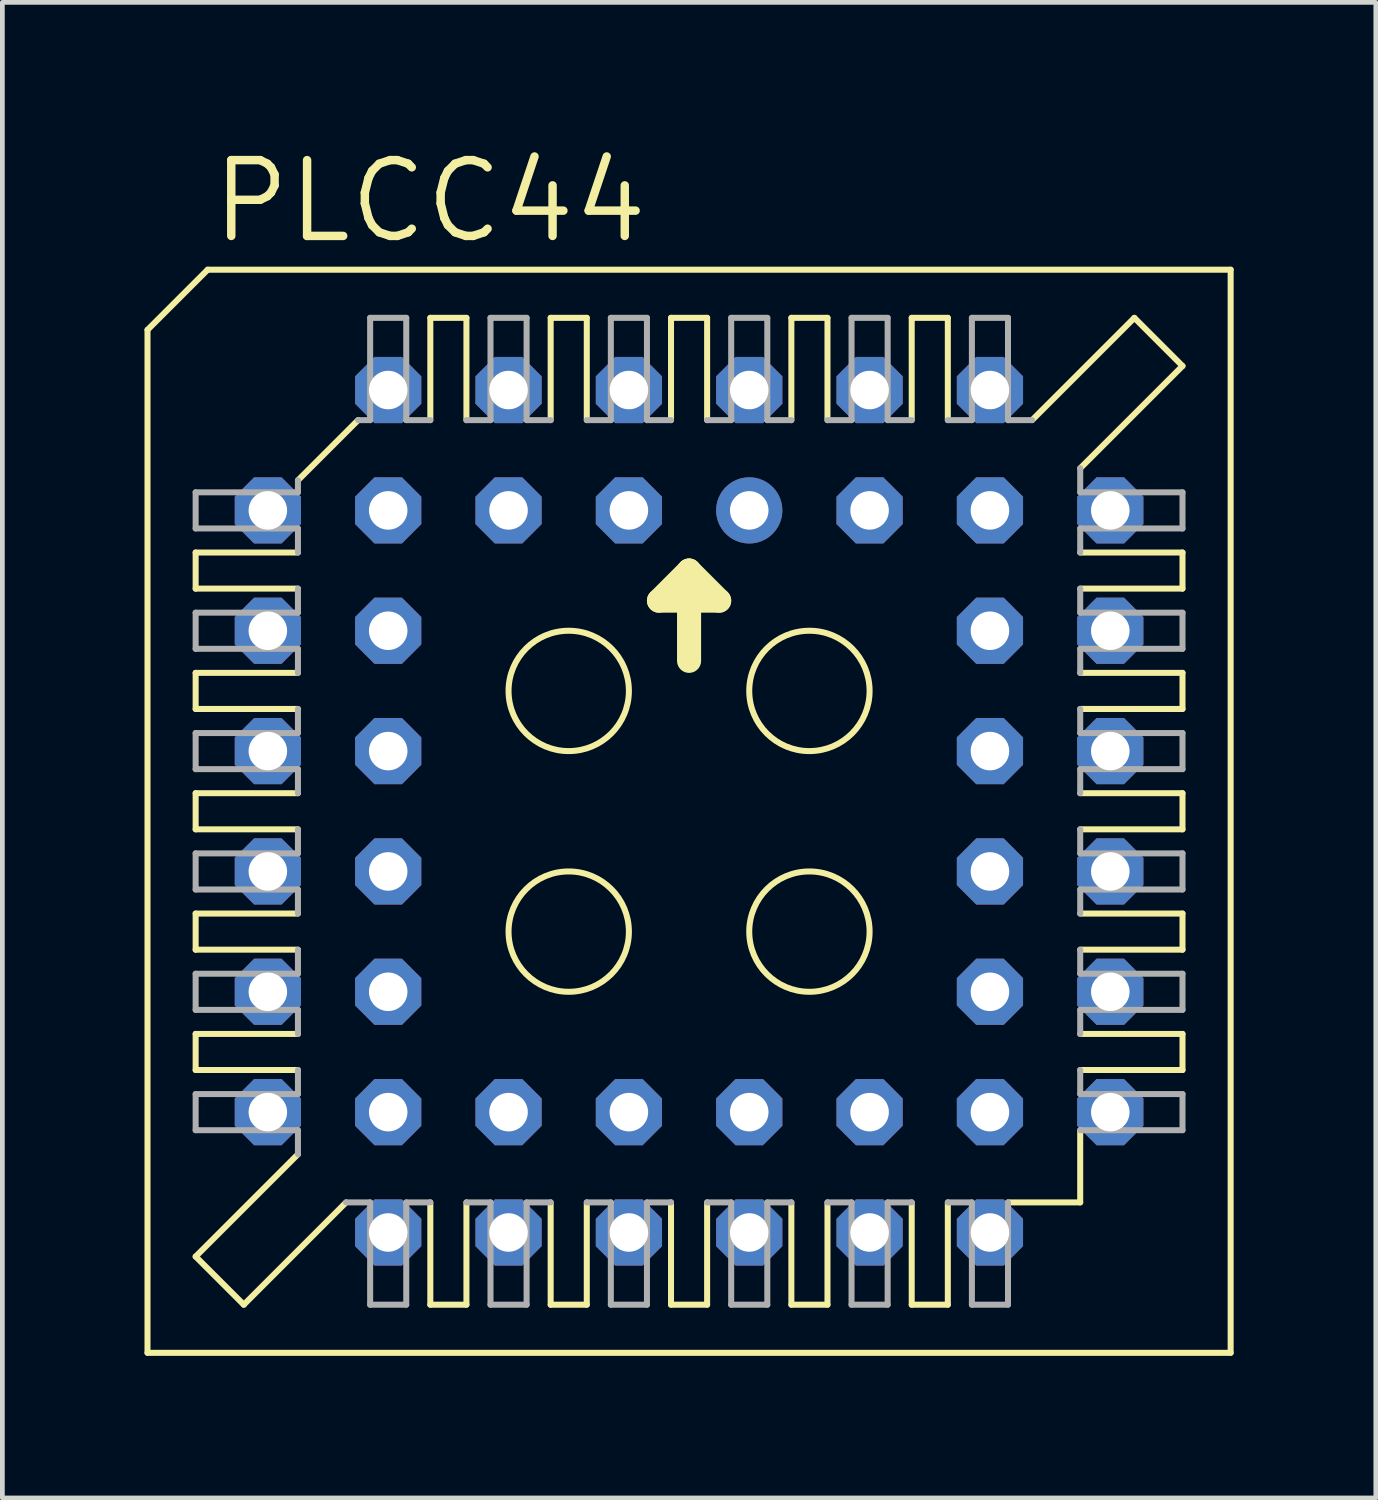
<source format=kicad_pcb>
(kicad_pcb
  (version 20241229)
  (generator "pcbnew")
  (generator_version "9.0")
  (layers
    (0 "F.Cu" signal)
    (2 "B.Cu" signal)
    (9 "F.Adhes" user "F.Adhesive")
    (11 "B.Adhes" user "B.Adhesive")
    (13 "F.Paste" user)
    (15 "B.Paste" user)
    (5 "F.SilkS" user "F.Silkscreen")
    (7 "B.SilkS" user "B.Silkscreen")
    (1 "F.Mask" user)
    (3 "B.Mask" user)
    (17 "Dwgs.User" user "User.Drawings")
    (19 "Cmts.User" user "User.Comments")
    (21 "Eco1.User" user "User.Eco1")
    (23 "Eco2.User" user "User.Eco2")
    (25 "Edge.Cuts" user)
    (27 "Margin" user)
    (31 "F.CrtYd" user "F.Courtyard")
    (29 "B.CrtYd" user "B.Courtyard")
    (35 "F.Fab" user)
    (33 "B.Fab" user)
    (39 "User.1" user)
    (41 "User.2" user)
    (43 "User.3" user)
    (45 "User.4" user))
  (footprint "PLCC44"
    (layer "F.Cu")
    (at 11.493 14.072)
    (property "Reference" "PLCC44" (at -10.16 -11.938 0) (unlocked yes) (layer "F.SilkS") (effects (font (size 1.6 1.6) (thickness 0.178)) (justify left bottom)))
    (fp_line (start -11.43 -10.16) (end -11.43 11.43) (stroke (width 0.127) (type solid)) (layer "F.SilkS"))
    (fp_line (start -10.414 -5.461) (end -10.414 -4.699) (stroke (width 0.127) (type solid)) (layer "F.SilkS"))
    (fp_line (start -10.414 -5.461) (end -8.255 -5.461) (stroke (width 0.127) (type solid)) (layer "F.SilkS"))
    (fp_line (start -10.414 -2.921) (end -10.414 -2.159) (stroke (width 0.127) (type solid)) (layer "F.SilkS"))
    (fp_line (start -10.414 -2.921) (end -8.255 -2.921) (stroke (width 0.127) (type solid)) (layer "F.SilkS"))
    (fp_line (start -10.414 0.381) (end -10.414 -0.381) (stroke (width 0.127) (type solid)) (layer "F.SilkS"))
    (fp_line (start -10.414 0.381) (end -8.255 0.381) (stroke (width 0.127) (type solid)) (layer "F.SilkS"))
    (fp_line (start -10.414 2.921) (end -10.414 2.159) (stroke (width 0.127) (type solid)) (layer "F.SilkS"))
    (fp_line (start -10.414 2.921) (end -8.255 2.921) (stroke (width 0.127) (type solid)) (layer "F.SilkS"))
    (fp_line (start -10.414 5.461) (end -10.414 4.699) (stroke (width 0.127) (type solid)) (layer "F.SilkS"))
    (fp_line (start -10.414 5.461) (end -8.255 5.461) (stroke (width 0.127) (type solid)) (layer "F.SilkS"))
    (fp_line (start -10.414 9.398) (end -8.255 7.239) (stroke (width 0.127) (type solid)) (layer "F.SilkS"))
    (fp_line (start -10.16 -11.43) (end -11.43 -10.16) (stroke (width 0.127) (type solid)) (layer "F.SilkS"))
    (fp_line (start -9.398 10.414) (end -10.414 9.398) (stroke (width 0.127) (type solid)) (layer "F.SilkS"))
    (fp_line (start -9.398 10.414) (end -7.239 8.255) (stroke (width 0.127) (type solid)) (layer "F.SilkS"))
    (fp_line (start -8.255 -6.985) (end -6.985 -8.255) (stroke (width 0.127) (type solid)) (layer "F.SilkS"))
    (fp_line (start -8.255 -4.699) (end -10.414 -4.699) (stroke (width 0.127) (type solid)) (layer "F.SilkS"))
    (fp_line (start -8.255 -2.159) (end -10.414 -2.159) (stroke (width 0.127) (type solid)) (layer "F.SilkS"))
    (fp_line (start -8.255 -0.381) (end -10.414 -0.381) (stroke (width 0.127) (type solid)) (layer "F.SilkS"))
    (fp_line (start -8.255 2.159) (end -10.414 2.159) (stroke (width 0.127) (type solid)) (layer "F.SilkS"))
    (fp_line (start -8.255 4.699) (end -10.414 4.699) (stroke (width 0.127) (type solid)) (layer "F.SilkS"))
    (fp_line (start -5.461 -8.255) (end -5.461 -10.414) (stroke (width 0.127) (type solid)) (layer "F.SilkS"))
    (fp_line (start -5.461 10.414) (end -5.461 8.255) (stroke (width 0.127) (type solid)) (layer "F.SilkS"))
    (fp_line (start -5.461 10.414) (end -4.699 10.414) (stroke (width 0.127) (type solid)) (layer "F.SilkS"))
    (fp_line (start -4.699 -10.414) (end -5.461 -10.414) (stroke (width 0.127) (type solid)) (layer "F.SilkS"))
    (fp_line (start -4.699 -10.414) (end -4.699 -8.255) (stroke (width 0.127) (type solid)) (layer "F.SilkS"))
    (fp_line (start -4.699 8.255) (end -4.699 10.414) (stroke (width 0.127) (type solid)) (layer "F.SilkS"))
    (fp_line (start -2.921 -8.255) (end -2.921 -10.414) (stroke (width 0.127) (type solid)) (layer "F.SilkS"))
    (fp_line (start -2.921 10.414) (end -2.921 8.255) (stroke (width 0.127) (type solid)) (layer "F.SilkS"))
    (fp_line (start -2.921 10.414) (end -2.159 10.414) (stroke (width 0.127) (type solid)) (layer "F.SilkS"))
    (fp_line (start -2.159 -10.414) (end -2.921 -10.414) (stroke (width 0.127) (type solid)) (layer "F.SilkS"))
    (fp_line (start -2.159 -10.414) (end -2.159 -8.255) (stroke (width 0.127) (type solid)) (layer "F.SilkS"))
    (fp_line (start -2.159 8.255) (end -2.159 10.414) (stroke (width 0.127) (type solid)) (layer "F.SilkS"))
    (fp_line (start -0.635 -4.445) (end 0 -5.08) (stroke (width 0.508) (type solid)) (layer "F.SilkS"))
    (fp_line (start -0.381 -8.255) (end -0.381 -10.414) (stroke (width 0.127) (type solid)) (layer "F.SilkS"))
    (fp_line (start -0.381 10.414) (end -0.381 8.255) (stroke (width 0.127) (type solid)) (layer "F.SilkS"))
    (fp_line (start -0.381 10.414) (end 0.381 10.414) (stroke (width 0.127) (type solid)) (layer "F.SilkS"))
    (fp_line (start 0 -5.08) (end 0 -3.175) (stroke (width 0.508) (type solid)) (layer "F.SilkS"))
    (fp_line (start 0 -5.08) (end 0.635 -4.445) (stroke (width 0.508) (type solid)) (layer "F.SilkS"))
    (fp_line (start 0.381 -10.414) (end -0.381 -10.414) (stroke (width 0.127) (type solid)) (layer "F.SilkS"))
    (fp_line (start 0.381 -10.414) (end 0.381 -8.255) (stroke (width 0.127) (type solid)) (layer "F.SilkS"))
    (fp_line (start 0.381 8.255) (end 0.381 10.414) (stroke (width 0.127) (type solid)) (layer "F.SilkS"))
    (fp_line (start 0.635 -4.445) (end -0.635 -4.445) (stroke (width 0.508) (type solid)) (layer "F.SilkS"))
    (fp_line (start 2.159 -8.255) (end 2.159 -10.414) (stroke (width 0.127) (type solid)) (layer "F.SilkS"))
    (fp_line (start 2.159 10.414) (end 2.159 8.255) (stroke (width 0.127) (type solid)) (layer "F.SilkS"))
    (fp_line (start 2.159 10.414) (end 2.921 10.414) (stroke (width 0.127) (type solid)) (layer "F.SilkS"))
    (fp_line (start 2.921 -10.414) (end 2.159 -10.414) (stroke (width 0.127) (type solid)) (layer "F.SilkS"))
    (fp_line (start 2.921 -10.414) (end 2.921 -8.255) (stroke (width 0.127) (type solid)) (layer "F.SilkS"))
    (fp_line (start 2.921 8.255) (end 2.921 10.414) (stroke (width 0.127) (type solid)) (layer "F.SilkS"))
    (fp_line (start 4.699 -8.255) (end 4.699 -10.414) (stroke (width 0.127) (type solid)) (layer "F.SilkS"))
    (fp_line (start 4.699 10.414) (end 4.699 8.255) (stroke (width 0.127) (type solid)) (layer "F.SilkS"))
    (fp_line (start 4.699 10.414) (end 5.461 10.414) (stroke (width 0.127) (type solid)) (layer "F.SilkS"))
    (fp_line (start 5.461 -10.414) (end 4.699 -10.414) (stroke (width 0.127) (type solid)) (layer "F.SilkS"))
    (fp_line (start 5.461 -10.414) (end 5.461 -8.255) (stroke (width 0.127) (type solid)) (layer "F.SilkS"))
    (fp_line (start 5.461 8.255) (end 5.461 10.414) (stroke (width 0.127) (type solid)) (layer "F.SilkS"))
    (fp_line (start 6.731 8.255) (end 8.255 8.255) (stroke (width 0.127) (type solid)) (layer "F.SilkS"))
    (fp_line (start 8.255 -4.699) (end 10.414 -4.699) (stroke (width 0.127) (type solid)) (layer "F.SilkS"))
    (fp_line (start 8.255 -2.159) (end 10.414 -2.159) (stroke (width 0.127) (type solid)) (layer "F.SilkS"))
    (fp_line (start 8.255 0.381) (end 10.414 0.381) (stroke (width 0.127) (type solid)) (layer "F.SilkS"))
    (fp_line (start 8.255 2.159) (end 10.414 2.159) (stroke (width 0.127) (type solid)) (layer "F.SilkS"))
    (fp_line (start 8.255 4.699) (end 10.414 4.699) (stroke (width 0.127) (type solid)) (layer "F.SilkS"))
    (fp_line (start 8.255 8.255) (end 8.255 6.731) (stroke (width 0.127) (type solid)) (layer "F.SilkS"))
    (fp_line (start 9.398 -10.414) (end 7.239 -8.255) (stroke (width 0.127) (type solid)) (layer "F.SilkS"))
    (fp_line (start 10.414 -9.398) (end 8.255 -7.239) (stroke (width 0.127) (type solid)) (layer "F.SilkS"))
    (fp_line (start 10.414 -9.398) (end 9.398 -10.414) (stroke (width 0.127) (type solid)) (layer "F.SilkS"))
    (fp_line (start 10.414 -5.461) (end 8.255 -5.461) (stroke (width 0.127) (type solid)) (layer "F.SilkS"))
    (fp_line (start 10.414 -5.461) (end 10.414 -4.699) (stroke (width 0.127) (type solid)) (layer "F.SilkS"))
    (fp_line (start 10.414 -2.921) (end 8.255 -2.921) (stroke (width 0.127) (type solid)) (layer "F.SilkS"))
    (fp_line (start 10.414 -2.921) (end 10.414 -2.159) (stroke (width 0.127) (type solid)) (layer "F.SilkS"))
    (fp_line (start 10.414 -0.381) (end 8.255 -0.381) (stroke (width 0.127) (type solid)) (layer "F.SilkS"))
    (fp_line (start 10.414 -0.381) (end 10.414 0.381) (stroke (width 0.127) (type solid)) (layer "F.SilkS"))
    (fp_line (start 10.414 2.921) (end 8.255 2.921) (stroke (width 0.127) (type solid)) (layer "F.SilkS"))
    (fp_line (start 10.414 2.921) (end 10.414 2.159) (stroke (width 0.127) (type solid)) (layer "F.SilkS"))
    (fp_line (start 10.414 5.461) (end 8.255 5.461) (stroke (width 0.127) (type solid)) (layer "F.SilkS"))
    (fp_line (start 10.414 5.461) (end 10.414 4.699) (stroke (width 0.127) (type solid)) (layer "F.SilkS"))
    (fp_line (start 11.43 -11.43) (end -10.16 -11.43) (stroke (width 0.127) (type solid)) (layer "F.SilkS"))
    (fp_line (start 11.43 11.43) (end -11.43 11.43) (stroke (width 0.127) (type solid)) (layer "F.SilkS"))
    (fp_line (start 11.43 11.43) (end 11.43 -11.43) (stroke (width 0.127) (type solid)) (layer "F.SilkS"))
    (fp_circle (center -2.54 -2.54) (end -1.27 -2.54) (stroke (width 0.127) (type solid)) (fill no) (layer "F.SilkS"))
    (fp_circle (center -2.54 2.54) (end -1.27 2.54) (stroke (width 0.127) (type solid)) (fill no) (layer "F.SilkS"))
    (fp_circle (center 2.54 -2.54) (end 3.81 -2.54) (stroke (width 0.127) (type solid)) (fill no) (layer "F.SilkS"))
    (fp_circle (center 2.54 2.54) (end 3.81 2.54) (stroke (width 0.127) (type solid)) (fill no) (layer "F.SilkS"))
    (fp_line (start -10.414 -6.731) (end -10.414 -5.969) (stroke (width 0.127) (type solid)) (layer "F.Fab"))
    (fp_line (start -10.414 -6.731) (end -8.255 -6.731) (stroke (width 0.127) (type solid)) (layer "F.Fab"))
    (fp_line (start -10.414 -4.191) (end -10.414 -3.429) (stroke (width 0.127) (type solid)) (layer "F.Fab"))
    (fp_line (start -10.414 -4.191) (end -8.255 -4.191) (stroke (width 0.127) (type solid)) (layer "F.Fab"))
    (fp_line (start -10.414 -0.889) (end -10.414 -1.651) (stroke (width 0.127) (type solid)) (layer "F.Fab"))
    (fp_line (start -10.414 -0.889) (end -8.255 -0.889) (stroke (width 0.127) (type solid)) (layer "F.Fab"))
    (fp_line (start -10.414 1.651) (end -10.414 0.889) (stroke (width 0.127) (type solid)) (layer "F.Fab"))
    (fp_line (start -10.414 1.651) (end -8.255 1.651) (stroke (width 0.127) (type solid)) (layer "F.Fab"))
    (fp_line (start -10.414 4.191) (end -10.414 3.429) (stroke (width 0.127) (type solid)) (layer "F.Fab"))
    (fp_line (start -10.414 4.191) (end -8.255 4.191) (stroke (width 0.127) (type solid)) (layer "F.Fab"))
    (fp_line (start -10.414 6.731) (end -10.414 5.969) (stroke (width 0.127) (type solid)) (layer "F.Fab"))
    (fp_line (start -10.414 6.731) (end -8.255 6.731) (stroke (width 0.127) (type solid)) (layer "F.Fab"))
    (fp_line (start -8.255 -6.731) (end -8.255 -6.985) (stroke (width 0.127) (type solid)) (layer "F.Fab"))
    (fp_line (start -8.255 -5.969) (end -10.414 -5.969) (stroke (width 0.127) (type solid)) (layer "F.Fab"))
    (fp_line (start -8.255 -5.969) (end -8.255 -5.461) (stroke (width 0.127) (type solid)) (layer "F.Fab"))
    (fp_line (start -8.255 -4.699) (end -8.255 -4.191) (stroke (width 0.127) (type solid)) (layer "F.Fab"))
    (fp_line (start -8.255 -3.429) (end -10.414 -3.429) (stroke (width 0.127) (type solid)) (layer "F.Fab"))
    (fp_line (start -8.255 -3.429) (end -8.255 -2.921) (stroke (width 0.127) (type solid)) (layer "F.Fab"))
    (fp_line (start -8.255 -2.159) (end -8.255 -1.651) (stroke (width 0.127) (type solid)) (layer "F.Fab"))
    (fp_line (start -8.255 -1.651) (end -10.414 -1.651) (stroke (width 0.127) (type solid)) (layer "F.Fab"))
    (fp_line (start -8.255 -0.381) (end -8.255 -0.889) (stroke (width 0.127) (type solid)) (layer "F.Fab"))
    (fp_line (start -8.255 0.889) (end -10.414 0.889) (stroke (width 0.127) (type solid)) (layer "F.Fab"))
    (fp_line (start -8.255 0.889) (end -8.255 0.381) (stroke (width 0.127) (type solid)) (layer "F.Fab"))
    (fp_line (start -8.255 2.159) (end -8.255 1.651) (stroke (width 0.127) (type solid)) (layer "F.Fab"))
    (fp_line (start -8.255 3.429) (end -10.414 3.429) (stroke (width 0.127) (type solid)) (layer "F.Fab"))
    (fp_line (start -8.255 3.429) (end -8.255 2.921) (stroke (width 0.127) (type solid)) (layer "F.Fab"))
    (fp_line (start -8.255 4.699) (end -8.255 4.191) (stroke (width 0.127) (type solid)) (layer "F.Fab"))
    (fp_line (start -8.255 5.969) (end -10.414 5.969) (stroke (width 0.127) (type solid)) (layer "F.Fab"))
    (fp_line (start -8.255 5.969) (end -8.255 5.461) (stroke (width 0.127) (type solid)) (layer "F.Fab"))
    (fp_line (start -8.255 7.239) (end -8.255 6.731) (stroke (width 0.127) (type solid)) (layer "F.Fab"))
    (fp_line (start -7.239 8.255) (end -6.731 8.255) (stroke (width 0.127) (type solid)) (layer "F.Fab"))
    (fp_line (start -6.985 -8.255) (end -6.731 -8.255) (stroke (width 0.127) (type solid)) (layer "F.Fab"))
    (fp_line (start -6.731 -8.255) (end -6.731 -10.414) (stroke (width 0.127) (type solid)) (layer "F.Fab"))
    (fp_line (start -6.731 10.414) (end -6.731 8.255) (stroke (width 0.127) (type solid)) (layer "F.Fab"))
    (fp_line (start -6.731 10.414) (end -5.969 10.414) (stroke (width 0.127) (type solid)) (layer "F.Fab"))
    (fp_line (start -5.969 -10.414) (end -6.731 -10.414) (stroke (width 0.127) (type solid)) (layer "F.Fab"))
    (fp_line (start -5.969 -10.414) (end -5.969 -8.255) (stroke (width 0.127) (type solid)) (layer "F.Fab"))
    (fp_line (start -5.969 8.255) (end -5.969 10.414) (stroke (width 0.127) (type solid)) (layer "F.Fab"))
    (fp_line (start -5.969 8.255) (end -5.461 8.255) (stroke (width 0.127) (type solid)) (layer "F.Fab"))
    (fp_line (start -5.461 -8.255) (end -5.969 -8.255) (stroke (width 0.127) (type solid)) (layer "F.Fab"))
    (fp_line (start -4.699 8.255) (end -4.191 8.255) (stroke (width 0.127) (type solid)) (layer "F.Fab"))
    (fp_line (start -4.191 -8.255) (end -4.699 -8.255) (stroke (width 0.127) (type solid)) (layer "F.Fab"))
    (fp_line (start -4.191 -8.255) (end -4.191 -10.414) (stroke (width 0.127) (type solid)) (layer "F.Fab"))
    (fp_line (start -4.191 10.414) (end -4.191 8.255) (stroke (width 0.127) (type solid)) (layer "F.Fab"))
    (fp_line (start -4.191 10.414) (end -3.429 10.414) (stroke (width 0.127) (type solid)) (layer "F.Fab"))
    (fp_line (start -3.429 -10.414) (end -4.191 -10.414) (stroke (width 0.127) (type solid)) (layer "F.Fab"))
    (fp_line (start -3.429 -10.414) (end -3.429 -8.255) (stroke (width 0.127) (type solid)) (layer "F.Fab"))
    (fp_line (start -3.429 8.255) (end -3.429 10.414) (stroke (width 0.127) (type solid)) (layer "F.Fab"))
    (fp_line (start -3.429 8.255) (end -2.921 8.255) (stroke (width 0.127) (type solid)) (layer "F.Fab"))
    (fp_line (start -2.921 -8.255) (end -3.429 -8.255) (stroke (width 0.127) (type solid)) (layer "F.Fab"))
    (fp_line (start -2.159 8.255) (end -1.651 8.255) (stroke (width 0.127) (type solid)) (layer "F.Fab"))
    (fp_line (start -1.651 -8.255) (end -2.159 -8.255) (stroke (width 0.127) (type solid)) (layer "F.Fab"))
    (fp_line (start -1.651 -8.255) (end -1.651 -10.414) (stroke (width 0.127) (type solid)) (layer "F.Fab"))
    (fp_line (start -1.651 10.414) (end -1.651 8.255) (stroke (width 0.127) (type solid)) (layer "F.Fab"))
    (fp_line (start -1.651 10.414) (end -0.889 10.414) (stroke (width 0.127) (type solid)) (layer "F.Fab"))
    (fp_line (start -0.889 -10.414) (end -1.651 -10.414) (stroke (width 0.127) (type solid)) (layer "F.Fab"))
    (fp_line (start -0.889 -10.414) (end -0.889 -8.255) (stroke (width 0.127) (type solid)) (layer "F.Fab"))
    (fp_line (start -0.889 8.255) (end -0.889 10.414) (stroke (width 0.127) (type solid)) (layer "F.Fab"))
    (fp_line (start -0.889 8.255) (end -0.381 8.255) (stroke (width 0.127) (type solid)) (layer "F.Fab"))
    (fp_line (start -0.381 -8.255) (end -0.889 -8.255) (stroke (width 0.127) (type solid)) (layer "F.Fab"))
    (fp_line (start 0.381 8.255) (end 0.889 8.255) (stroke (width 0.127) (type solid)) (layer "F.Fab"))
    (fp_line (start 0.889 -8.255) (end 0.381 -8.255) (stroke (width 0.127) (type solid)) (layer "F.Fab"))
    (fp_line (start 0.889 -8.255) (end 0.889 -10.414) (stroke (width 0.127) (type solid)) (layer "F.Fab"))
    (fp_line (start 0.889 10.414) (end 0.889 8.255) (stroke (width 0.127) (type solid)) (layer "F.Fab"))
    (fp_line (start 0.889 10.414) (end 1.651 10.414) (stroke (width 0.127) (type solid)) (layer "F.Fab"))
    (fp_line (start 1.651 -10.414) (end 0.889 -10.414) (stroke (width 0.127) (type solid)) (layer "F.Fab"))
    (fp_line (start 1.651 -10.414) (end 1.651 -8.255) (stroke (width 0.127) (type solid)) (layer "F.Fab"))
    (fp_line (start 1.651 8.255) (end 1.651 10.414) (stroke (width 0.127) (type solid)) (layer "F.Fab"))
    (fp_line (start 1.651 8.255) (end 2.159 8.255) (stroke (width 0.127) (type solid)) (layer "F.Fab"))
    (fp_line (start 2.159 -8.255) (end 1.651 -8.255) (stroke (width 0.127) (type solid)) (layer "F.Fab"))
    (fp_line (start 2.921 8.255) (end 3.429 8.255) (stroke (width 0.127) (type solid)) (layer "F.Fab"))
    (fp_line (start 3.429 -8.255) (end 2.921 -8.255) (stroke (width 0.127) (type solid)) (layer "F.Fab"))
    (fp_line (start 3.429 -8.255) (end 3.429 -10.414) (stroke (width 0.127) (type solid)) (layer "F.Fab"))
    (fp_line (start 3.429 10.414) (end 3.429 8.255) (stroke (width 0.127) (type solid)) (layer "F.Fab"))
    (fp_line (start 3.429 10.414) (end 4.191 10.414) (stroke (width 0.127) (type solid)) (layer "F.Fab"))
    (fp_line (start 4.191 -10.414) (end 3.429 -10.414) (stroke (width 0.127) (type solid)) (layer "F.Fab"))
    (fp_line (start 4.191 -10.414) (end 4.191 -8.255) (stroke (width 0.127) (type solid)) (layer "F.Fab"))
    (fp_line (start 4.191 8.255) (end 4.191 10.414) (stroke (width 0.127) (type solid)) (layer "F.Fab"))
    (fp_line (start 4.191 8.255) (end 4.699 8.255) (stroke (width 0.127) (type solid)) (layer "F.Fab"))
    (fp_line (start 4.699 -8.255) (end 4.191 -8.255) (stroke (width 0.127) (type solid)) (layer "F.Fab"))
    (fp_line (start 5.461 8.255) (end 5.969 8.255) (stroke (width 0.127) (type solid)) (layer "F.Fab"))
    (fp_line (start 5.969 -8.255) (end 5.461 -8.255) (stroke (width 0.127) (type solid)) (layer "F.Fab"))
    (fp_line (start 5.969 -8.255) (end 5.969 -10.414) (stroke (width 0.127) (type solid)) (layer "F.Fab"))
    (fp_line (start 5.969 10.414) (end 5.969 8.255) (stroke (width 0.127) (type solid)) (layer "F.Fab"))
    (fp_line (start 5.969 10.414) (end 6.731 10.414) (stroke (width 0.127) (type solid)) (layer "F.Fab"))
    (fp_line (start 6.731 -10.414) (end 5.969 -10.414) (stroke (width 0.127) (type solid)) (layer "F.Fab"))
    (fp_line (start 6.731 -10.414) (end 6.731 -8.255) (stroke (width 0.127) (type solid)) (layer "F.Fab"))
    (fp_line (start 6.731 8.255) (end 6.731 10.414) (stroke (width 0.127) (type solid)) (layer "F.Fab"))
    (fp_line (start 7.239 -8.255) (end 6.731 -8.255) (stroke (width 0.127) (type solid)) (layer "F.Fab"))
    (fp_line (start 8.255 -7.239) (end 8.255 -6.731) (stroke (width 0.127) (type solid)) (layer "F.Fab"))
    (fp_line (start 8.255 -5.969) (end 8.255 -5.461) (stroke (width 0.127) (type solid)) (layer "F.Fab"))
    (fp_line (start 8.255 -5.969) (end 10.414 -5.969) (stroke (width 0.127) (type solid)) (layer "F.Fab"))
    (fp_line (start 8.255 -4.699) (end 8.255 -4.191) (stroke (width 0.127) (type solid)) (layer "F.Fab"))
    (fp_line (start 8.255 -3.429) (end 8.255 -2.921) (stroke (width 0.127) (type solid)) (layer "F.Fab"))
    (fp_line (start 8.255 -3.429) (end 10.414 -3.429) (stroke (width 0.127) (type solid)) (layer "F.Fab"))
    (fp_line (start 8.255 -2.159) (end 8.255 -1.651) (stroke (width 0.127) (type solid)) (layer "F.Fab"))
    (fp_line (start 8.255 -0.889) (end 8.255 -0.381) (stroke (width 0.127) (type solid)) (layer "F.Fab"))
    (fp_line (start 8.255 -0.889) (end 10.414 -0.889) (stroke (width 0.127) (type solid)) (layer "F.Fab"))
    (fp_line (start 8.255 0.381) (end 8.255 0.889) (stroke (width 0.127) (type solid)) (layer "F.Fab"))
    (fp_line (start 8.255 1.651) (end 8.255 2.159) (stroke (width 0.127) (type solid)) (layer "F.Fab"))
    (fp_line (start 8.255 1.651) (end 10.414 1.651) (stroke (width 0.127) (type solid)) (layer "F.Fab"))
    (fp_line (start 8.255 3.429) (end 8.255 2.921) (stroke (width 0.127) (type solid)) (layer "F.Fab"))
    (fp_line (start 8.255 3.429) (end 10.414 3.429) (stroke (width 0.127) (type solid)) (layer "F.Fab"))
    (fp_line (start 8.255 4.699) (end 8.255 4.191) (stroke (width 0.127) (type solid)) (layer "F.Fab"))
    (fp_line (start 8.255 5.969) (end 8.255 5.461) (stroke (width 0.127) (type solid)) (layer "F.Fab"))
    (fp_line (start 8.255 5.969) (end 10.414 5.969) (stroke (width 0.127) (type solid)) (layer "F.Fab"))
    (fp_line (start 10.414 -6.731) (end 8.255 -6.731) (stroke (width 0.127) (type solid)) (layer "F.Fab"))
    (fp_line (start 10.414 -6.731) (end 10.414 -5.969) (stroke (width 0.127) (type solid)) (layer "F.Fab"))
    (fp_line (start 10.414 -4.191) (end 8.255 -4.191) (stroke (width 0.127) (type solid)) (layer "F.Fab"))
    (fp_line (start 10.414 -4.191) (end 10.414 -3.429) (stroke (width 0.127) (type solid)) (layer "F.Fab"))
    (fp_line (start 10.414 -1.651) (end 8.255 -1.651) (stroke (width 0.127) (type solid)) (layer "F.Fab"))
    (fp_line (start 10.414 -1.651) (end 10.414 -0.889) (stroke (width 0.127) (type solid)) (layer "F.Fab"))
    (fp_line (start 10.414 0.889) (end 8.255 0.889) (stroke (width 0.127) (type solid)) (layer "F.Fab"))
    (fp_line (start 10.414 0.889) (end 10.414 1.651) (stroke (width 0.127) (type solid)) (layer "F.Fab"))
    (fp_line (start 10.414 4.191) (end 8.255 4.191) (stroke (width 0.127) (type solid)) (layer "F.Fab"))
    (fp_line (start 10.414 4.191) (end 10.414 3.429) (stroke (width 0.127) (type solid)) (layer "F.Fab"))
    (fp_line (start 10.414 6.731) (end 8.255 6.731) (stroke (width 0.127) (type solid)) (layer "F.Fab"))
    (fp_line (start 10.414 6.731) (end 10.414 5.969) (stroke (width 0.127) (type solid)) (layer "F.Fab"))
    (pad "1" thru_hole circle (at 1.27 -6.35) (size 1.397 1.397) (drill 0.813) (layers "*.Cu" "*.Mask"))
    (pad "2" thru_hole roundrect (at -1.27 -8.89) (size 1.397 1.397) (drill 0.813) (layers "*.Cu" "*.Mask") (roundrect_rratio 0.25) (chamfer_ratio 0.293) (chamfer top_left top_right bottom_left bottom_right))
    (pad "3" thru_hole roundrect (at -1.27 -6.35) (size 1.397 1.397) (drill 0.813) (layers "*.Cu" "*.Mask") (roundrect_rratio 0.25) (chamfer_ratio 0.293) (chamfer top_left top_right bottom_left bottom_right))
    (pad "4" thru_hole roundrect (at -3.81 -8.89) (size 1.397 1.397) (drill 0.813) (layers "*.Cu" "*.Mask") (roundrect_rratio 0.25) (chamfer_ratio 0.293) (chamfer top_left top_right bottom_left bottom_right))
    (pad "5" thru_hole roundrect (at -3.81 -6.35) (size 1.397 1.397) (drill 0.813) (layers "*.Cu" "*.Mask") (roundrect_rratio 0.25) (chamfer_ratio 0.293) (chamfer top_left top_right bottom_left bottom_right))
    (pad "6" thru_hole roundrect (at -6.35 -8.89) (size 1.397 1.397) (drill 0.813) (layers "*.Cu" "*.Mask") (roundrect_rratio 0.25) (chamfer_ratio 0.293) (chamfer top_left top_right bottom_left bottom_right))
    (pad "7" thru_hole roundrect (at -8.89 -6.35) (size 1.397 1.397) (drill 0.813) (layers "*.Cu" "*.Mask") (roundrect_rratio 0.25) (chamfer_ratio 0.293) (chamfer top_left top_right bottom_left bottom_right))
    (pad "8" thru_hole roundrect (at -6.35 -6.35) (size 1.397 1.397) (drill 0.813) (layers "*.Cu" "*.Mask") (roundrect_rratio 0.25) (chamfer_ratio 0.293) (chamfer top_left top_right bottom_left bottom_right))
    (pad "9" thru_hole roundrect (at -8.89 -3.81) (size 1.397 1.397) (drill 0.813) (layers "*.Cu" "*.Mask") (roundrect_rratio 0.25) (chamfer_ratio 0.293) (chamfer top_left top_right bottom_left bottom_right))
    (pad "10" thru_hole roundrect (at -6.35 -3.81) (size 1.397 1.397) (drill 0.813) (layers "*.Cu" "*.Mask") (roundrect_rratio 0.25) (chamfer_ratio 0.293) (chamfer top_left top_right bottom_left bottom_right))
    (pad "11" thru_hole roundrect (at -8.89 -1.27) (size 1.397 1.397) (drill 0.813) (layers "*.Cu" "*.Mask") (roundrect_rratio 0.25) (chamfer_ratio 0.293) (chamfer top_left top_right bottom_left bottom_right))
    (pad "12" thru_hole roundrect (at -6.35 -1.27) (size 1.397 1.397) (drill 0.813) (layers "*.Cu" "*.Mask") (roundrect_rratio 0.25) (chamfer_ratio 0.293) (chamfer top_left top_right bottom_left bottom_right))
    (pad "13" thru_hole roundrect (at -8.89 1.27) (size 1.397 1.397) (drill 0.813) (layers "*.Cu" "*.Mask") (roundrect_rratio 0.25) (chamfer_ratio 0.293) (chamfer top_left top_right bottom_left bottom_right))
    (pad "14" thru_hole roundrect (at -6.35 1.27) (size 1.397 1.397) (drill 0.813) (layers "*.Cu" "*.Mask") (roundrect_rratio 0.25) (chamfer_ratio 0.293) (chamfer top_left top_right bottom_left bottom_right))
    (pad "15" thru_hole roundrect (at -8.89 3.81) (size 1.397 1.397) (drill 0.813) (layers "*.Cu" "*.Mask") (roundrect_rratio 0.25) (chamfer_ratio 0.293) (chamfer top_left top_right bottom_left bottom_right))
    (pad "16" thru_hole roundrect (at -6.35 3.81) (size 1.397 1.397) (drill 0.813) (layers "*.Cu" "*.Mask") (roundrect_rratio 0.25) (chamfer_ratio 0.293) (chamfer top_left top_right bottom_left bottom_right))
    (pad "17" thru_hole roundrect (at -8.89 6.35) (size 1.397 1.397) (drill 0.813) (layers "*.Cu" "*.Mask") (roundrect_rratio 0.25) (chamfer_ratio 0.293) (chamfer top_left top_right bottom_left bottom_right))
    (pad "18" thru_hole roundrect (at -6.35 8.89) (size 1.397 1.397) (drill 0.813) (layers "*.Cu" "*.Mask") (roundrect_rratio 0.25) (chamfer_ratio 0.293) (chamfer top_left top_right bottom_left bottom_right))
    (pad "19" thru_hole roundrect (at -6.35 6.35) (size 1.397 1.397) (drill 0.813) (layers "*.Cu" "*.Mask") (roundrect_rratio 0.25) (chamfer_ratio 0.293) (chamfer top_left top_right bottom_left bottom_right))
    (pad "20" thru_hole roundrect (at -3.81 8.89) (size 1.397 1.397) (drill 0.813) (layers "*.Cu" "*.Mask") (roundrect_rratio 0.25) (chamfer_ratio 0.293) (chamfer top_left top_right bottom_left bottom_right))
    (pad "21" thru_hole roundrect (at -3.81 6.35) (size 1.397 1.397) (drill 0.813) (layers "*.Cu" "*.Mask") (roundrect_rratio 0.25) (chamfer_ratio 0.293) (chamfer top_left top_right bottom_left bottom_right))
    (pad "22" thru_hole roundrect (at -1.27 8.89) (size 1.397 1.397) (drill 0.813) (layers "*.Cu" "*.Mask") (roundrect_rratio 0.25) (chamfer_ratio 0.293) (chamfer top_left top_right bottom_left bottom_right))
    (pad "23" thru_hole roundrect (at -1.27 6.35) (size 1.397 1.397) (drill 0.813) (layers "*.Cu" "*.Mask") (roundrect_rratio 0.25) (chamfer_ratio 0.293) (chamfer top_left top_right bottom_left bottom_right))
    (pad "24" thru_hole roundrect (at 1.27 8.89) (size 1.397 1.397) (drill 0.813) (layers "*.Cu" "*.Mask") (roundrect_rratio 0.25) (chamfer_ratio 0.293) (chamfer top_left top_right bottom_left bottom_right))
    (pad "25" thru_hole roundrect (at 1.27 6.35) (size 1.397 1.397) (drill 0.813) (layers "*.Cu" "*.Mask") (roundrect_rratio 0.25) (chamfer_ratio 0.293) (chamfer top_left top_right bottom_left bottom_right))
    (pad "26" thru_hole roundrect (at 3.81 8.89) (size 1.397 1.397) (drill 0.813) (layers "*.Cu" "*.Mask") (roundrect_rratio 0.25) (chamfer_ratio 0.293) (chamfer top_left top_right bottom_left bottom_right))
    (pad "27" thru_hole roundrect (at 3.81 6.35) (size 1.397 1.397) (drill 0.813) (layers "*.Cu" "*.Mask") (roundrect_rratio 0.25) (chamfer_ratio 0.293) (chamfer top_left top_right bottom_left bottom_right))
    (pad "28" thru_hole roundrect (at 6.35 8.89) (size 1.397 1.397) (drill 0.813) (layers "*.Cu" "*.Mask") (roundrect_rratio 0.25) (chamfer_ratio 0.293) (chamfer top_left top_right bottom_left bottom_right))
    (pad "29" thru_hole roundrect (at 8.89 6.35) (size 1.397 1.397) (drill 0.813) (layers "*.Cu" "*.Mask") (roundrect_rratio 0.25) (chamfer_ratio 0.293) (chamfer top_left top_right bottom_left bottom_right))
    (pad "30" thru_hole roundrect (at 6.35 6.35) (size 1.397 1.397) (drill 0.813) (layers "*.Cu" "*.Mask") (roundrect_rratio 0.25) (chamfer_ratio 0.293) (chamfer top_left top_right bottom_left bottom_right))
    (pad "31" thru_hole roundrect (at 8.89 3.81) (size 1.397 1.397) (drill 0.813) (layers "*.Cu" "*.Mask") (roundrect_rratio 0.25) (chamfer_ratio 0.293) (chamfer top_left top_right bottom_left bottom_right))
    (pad "32" thru_hole roundrect (at 6.35 3.81) (size 1.397 1.397) (drill 0.813) (layers "*.Cu" "*.Mask") (roundrect_rratio 0.25) (chamfer_ratio 0.293) (chamfer top_left top_right bottom_left bottom_right))
    (pad "33" thru_hole roundrect (at 8.89 1.27) (size 1.397 1.397) (drill 0.813) (layers "*.Cu" "*.Mask") (roundrect_rratio 0.25) (chamfer_ratio 0.293) (chamfer top_left top_right bottom_left bottom_right))
    (pad "34" thru_hole roundrect (at 6.35 1.27) (size 1.397 1.397) (drill 0.813) (layers "*.Cu" "*.Mask") (roundrect_rratio 0.25) (chamfer_ratio 0.293) (chamfer top_left top_right bottom_left bottom_right))
    (pad "35" thru_hole roundrect (at 8.89 -1.27) (size 1.397 1.397) (drill 0.813) (layers "*.Cu" "*.Mask") (roundrect_rratio 0.25) (chamfer_ratio 0.293) (chamfer top_left top_right bottom_left bottom_right))
    (pad "36" thru_hole roundrect (at 6.35 -1.27) (size 1.397 1.397) (drill 0.813) (layers "*.Cu" "*.Mask") (roundrect_rratio 0.25) (chamfer_ratio 0.293) (chamfer top_left top_right bottom_left bottom_right))
    (pad "37" thru_hole roundrect (at 8.89 -3.81) (size 1.397 1.397) (drill 0.813) (layers "*.Cu" "*.Mask") (roundrect_rratio 0.25) (chamfer_ratio 0.293) (chamfer top_left top_right bottom_left bottom_right))
    (pad "38" thru_hole roundrect (at 6.35 -3.81) (size 1.397 1.397) (drill 0.813) (layers "*.Cu" "*.Mask") (roundrect_rratio 0.25) (chamfer_ratio 0.293) (chamfer top_left top_right bottom_left bottom_right))
    (pad "39" thru_hole roundrect (at 8.89 -6.35) (size 1.397 1.397) (drill 0.813) (layers "*.Cu" "*.Mask") (roundrect_rratio 0.25) (chamfer_ratio 0.293) (chamfer top_left top_right bottom_left bottom_right))
    (pad "40" thru_hole roundrect (at 6.35 -8.89) (size 1.397 1.397) (drill 0.813) (layers "*.Cu" "*.Mask") (roundrect_rratio 0.25) (chamfer_ratio 0.293) (chamfer top_left top_right bottom_left bottom_right))
    (pad "41" thru_hole roundrect (at 6.35 -6.35) (size 1.397 1.397) (drill 0.813) (layers "*.Cu" "*.Mask") (roundrect_rratio 0.25) (chamfer_ratio 0.293) (chamfer top_left top_right bottom_left bottom_right))
    (pad "42" thru_hole roundrect (at 3.81 -8.89) (size 1.397 1.397) (drill 0.813) (layers "*.Cu" "*.Mask") (roundrect_rratio 0.25) (chamfer_ratio 0.293) (chamfer top_left top_right bottom_left bottom_right))
    (pad "43" thru_hole roundrect (at 3.81 -6.35) (size 1.397 1.397) (drill 0.813) (layers "*.Cu" "*.Mask") (roundrect_rratio 0.25) (chamfer_ratio 0.293) (chamfer top_left top_right bottom_left bottom_right))
    (pad "44" thru_hole roundrect (at 1.27 -8.89) (size 1.397 1.397) (drill 0.813) (layers "*.Cu" "*.Mask") (roundrect_rratio 0.25) (chamfer_ratio 0.293) (chamfer top_left top_right bottom_left bottom_right)))
  (gr_rect
    (start -3 -3)
    (end 25.987 28.565)
    (stroke (width 0.1) (type default))
    (fill no)
    (layer "Edge.Cuts")))
</source>
